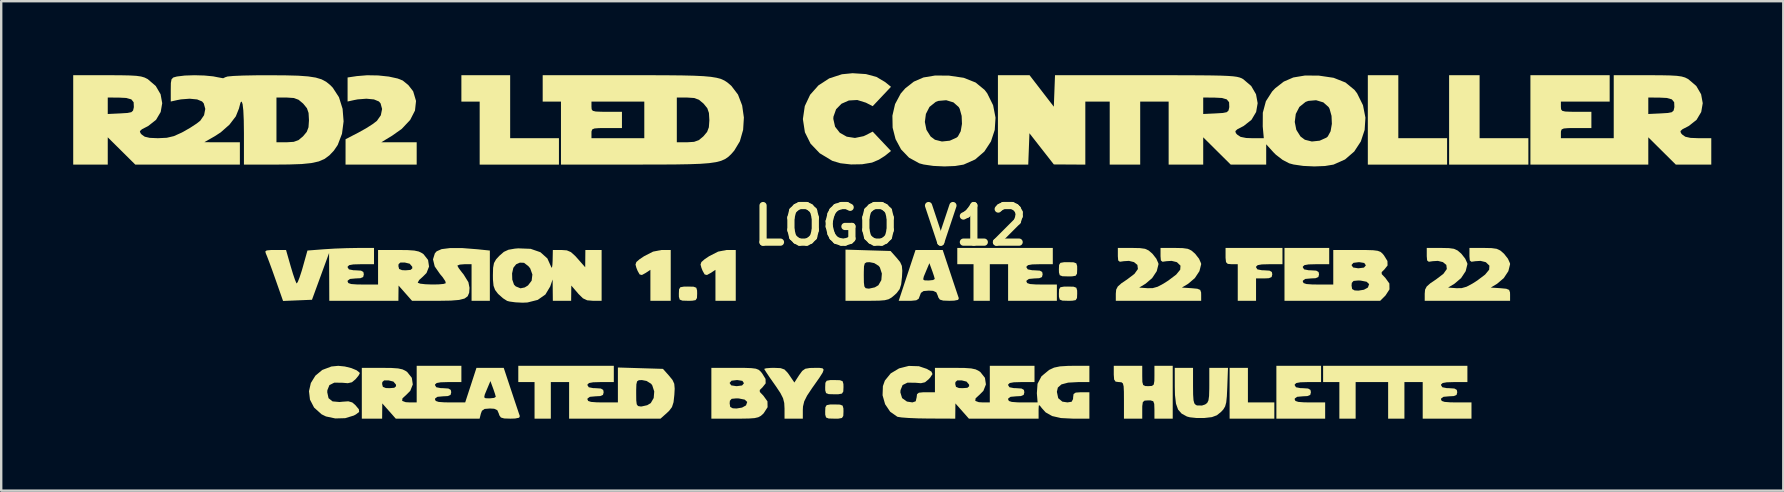
<source format=kicad_pcb>
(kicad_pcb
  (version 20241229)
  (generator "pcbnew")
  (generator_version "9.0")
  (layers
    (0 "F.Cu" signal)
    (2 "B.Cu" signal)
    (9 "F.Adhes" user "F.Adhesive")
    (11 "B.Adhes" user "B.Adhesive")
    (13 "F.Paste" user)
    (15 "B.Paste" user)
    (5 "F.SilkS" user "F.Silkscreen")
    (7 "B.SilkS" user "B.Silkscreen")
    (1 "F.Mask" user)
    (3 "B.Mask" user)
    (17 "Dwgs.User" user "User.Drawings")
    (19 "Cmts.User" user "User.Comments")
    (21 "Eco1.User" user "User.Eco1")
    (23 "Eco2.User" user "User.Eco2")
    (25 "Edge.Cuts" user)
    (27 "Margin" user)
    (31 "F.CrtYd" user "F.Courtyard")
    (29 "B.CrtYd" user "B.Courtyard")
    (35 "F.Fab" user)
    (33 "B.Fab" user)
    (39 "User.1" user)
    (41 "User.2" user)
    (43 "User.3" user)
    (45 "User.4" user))
  (footprint "LOGO V12"
    (layer "F.Cu")
    (at 34.036 6.348)
    (property "Reference" "LOGO V12" (at 0 0 0) (layer "F.SilkS") (effects (font (size 1.524 1.524) (thickness 0.3))))
    (attr board_only exclude_from_pos_files exclude_from_bom)
    (fp_poly (pts (xy 14.901 7.366) (xy 16.002 7.366) (xy 16.002 8.043) (xy 14.139 8.043) (xy 14.139 5.927) (xy 14.901 5.927)) (stroke (width 0) (type solid)) (fill yes) (layer "F.SilkS"))
    (fp_poly (pts (xy 21.167 -3.641) (xy 23.199 -3.641) (xy 23.199 -2.54) (xy 19.897 -2.54) (xy 19.897 -6.265) (xy 21.167 -6.265)) (stroke (width 0) (type solid)) (fill yes) (layer "F.SilkS"))
    (fp_poly (pts (xy 24.553 -3.641) (xy 26.585 -3.641) (xy 26.585 -2.54) (xy 23.283 -2.54) (xy 23.283 -6.265) (xy 24.553 -6.265)) (stroke (width 0) (type solid)) (fill yes) (layer "F.SilkS"))
    (fp_poly (pts (xy -15.833 -3.641) (xy -13.801 -3.641) (xy -13.801 -2.54) (xy -17.103 -2.54) (xy -17.103 -5.165) (xy -17.865 -5.165) (xy -17.865 -6.265) (xy -15.833 -6.265)) (stroke (width 0) (type solid)) (fill yes) (layer "F.SilkS"))
    (fp_poly (pts (xy -9.144 3.133) (xy -9.991 3.133) (xy -9.991 1.843) (xy -10.198 1.979) (xy -10.344 2.058) (xy -10.438 2.036) (xy -10.522 1.89) (xy -10.576 1.754) (xy -10.611 1.622) (xy -10.576 1.518) (xy -10.443 1.402) (xy -10.254 1.276) (xy -9.879 1.084) (xy -9.533 1.017) (xy -9.496 1.016) (xy -9.144 1.016)) (stroke (width 0) (type solid)) (fill yes) (layer "F.SilkS"))
    (fp_poly (pts (xy -8.19 2.546) (xy -8.079 2.589) (xy -8.046 2.704) (xy -8.043 2.836) (xy -8.051 3.018) (xy -8.107 3.105) (xy -8.255 3.131) (xy -8.424 3.133) (xy -8.658 3.126) (xy -8.769 3.083) (xy -8.803 2.968) (xy -8.805 2.836) (xy -8.797 2.654) (xy -8.742 2.568) (xy -8.594 2.542) (xy -8.424 2.54)) (stroke (width 0) (type solid)) (fill yes) (layer "F.SilkS"))
    (fp_poly (pts (xy -6.435 3.133) (xy -7.281 3.133) (xy -7.281 1.843) (xy -7.489 1.979) (xy -7.634 2.058) (xy -7.729 2.036) (xy -7.813 1.89) (xy -7.867 1.754) (xy -7.902 1.622) (xy -7.866 1.518) (xy -7.733 1.402) (xy -7.545 1.276) (xy -7.17 1.084) (xy -6.824 1.017) (xy -6.787 1.016) (xy -6.435 1.016)) (stroke (width 0) (type solid)) (fill yes) (layer "F.SilkS"))
    (fp_poly (pts (xy -2.094 6.441) (xy -1.983 6.484) (xy -1.95 6.599) (xy -1.947 6.731) (xy -1.955 6.913) (xy -2.011 6.999) (xy -2.159 7.026) (xy -2.328 7.027) (xy -2.562 7.021) (xy -2.673 6.978) (xy -2.707 6.863) (xy -2.709 6.731) (xy -2.701 6.549) (xy -2.646 6.463) (xy -2.498 6.436) (xy -2.328 6.435)) (stroke (width 0) (type solid)) (fill yes) (layer "F.SilkS"))
    (fp_poly (pts (xy -2.094 7.457) (xy -1.983 7.5) (xy -1.95 7.615) (xy -1.947 7.747) (xy -1.955 7.929) (xy -2.011 8.015) (xy -2.159 8.042) (xy -2.328 8.043) (xy -2.562 8.037) (xy -2.673 7.994) (xy -2.707 7.879) (xy -2.709 7.747) (xy -2.701 7.565) (xy -2.646 7.479) (xy -2.498 7.452) (xy -2.328 7.451)) (stroke (width 0) (type solid)) (fill yes) (layer "F.SilkS"))
    (fp_poly (pts (xy 7.642 1.53) (xy 7.753 1.573) (xy 7.787 1.688) (xy 7.789 1.82) (xy 7.781 2.002) (xy 7.726 2.089) (xy 7.578 2.115) (xy 7.408 2.117) (xy 7.174 2.11) (xy 7.063 2.067) (xy 7.03 1.952) (xy 7.027 1.82) (xy 7.035 1.638) (xy 7.091 1.552) (xy 7.239 1.526) (xy 7.408 1.524)) (stroke (width 0) (type solid)) (fill yes) (layer "F.SilkS"))
    (fp_poly (pts (xy 7.642 2.546) (xy 7.753 2.589) (xy 7.787 2.704) (xy 7.789 2.836) (xy 7.781 3.018) (xy 7.726 3.105) (xy 7.578 3.131) (xy 7.408 3.133) (xy 7.174 3.126) (xy 7.063 3.083) (xy 7.03 2.968) (xy 7.027 2.836) (xy 7.035 2.654) (xy 7.091 2.568) (xy 7.239 2.542) (xy 7.408 2.54)) (stroke (width 0) (type solid)) (fill yes) (layer "F.SilkS"))
    (fp_poly (pts (xy 16.341 1.609) (xy 15.79 1.609) (xy 15.482 1.617) (xy 15.31 1.647) (xy 15.244 1.707) (xy 15.24 1.736) (xy 15.296 1.824) (xy 15.481 1.86) (xy 15.579 1.863) (xy 15.8 1.877) (xy 15.898 1.934) (xy 15.917 2.032) (xy 15.889 2.143) (xy 15.774 2.192) (xy 15.579 2.201) (xy 15.24 2.201) (xy 15.24 3.133) (xy 14.478 3.133) (xy 14.478 1.609) (xy 14.224 1.609) (xy 14.061 1.595) (xy 13.989 1.523) (xy 13.97 1.343) (xy 13.97 1.27) (xy 13.97 0.931) (xy 16.341 0.931)) (stroke (width 0) (type solid)) (fill yes) (layer "F.SilkS"))
    (fp_poly (pts (xy 17.949 6.519) (xy 17.399 6.519) (xy 17.09 6.528) (xy 16.919 6.558) (xy 16.853 6.618) (xy 16.849 6.646) (xy 16.905 6.735) (xy 17.09 6.771) (xy 17.187 6.773) (xy 17.409 6.788) (xy 17.507 6.845) (xy 17.526 6.943) (xy 17.498 7.053) (xy 17.383 7.102) (xy 17.187 7.112) (xy 16.952 7.133) (xy 16.855 7.202) (xy 16.849 7.239) (xy 16.882 7.306) (xy 17.002 7.345) (xy 17.24 7.363) (xy 17.484 7.366) (xy 18.119 7.366) (xy 18.119 8.043) (xy 16.087 8.043) (xy 16.087 5.842) (xy 17.949 5.842)) (stroke (width 0) (type solid)) (fill yes) (layer "F.SilkS"))
    (fp_poly (pts (xy -21.331 -6.255) (xy -20.888 -6.208) (xy -20.517 -6.127) (xy -20.308 -6.043) (xy -20.072 -5.85) (xy -19.882 -5.605) (xy -19.871 -5.585) (xy -19.754 -5.192) (xy -19.798 -4.793) (xy -19.999 -4.401) (xy -20.349 -4.029) (xy -20.747 -3.747) (xy -21.202 -3.471) (xy -19.727 -3.471) (xy -19.727 -2.54) (xy -22.691 -2.54) (xy -22.69 -3.598) (xy -22.145 -3.88) (xy -21.837 -4.052) (xy -21.562 -4.227) (xy -21.384 -4.363) (xy -21.221 -4.596) (xy -21.168 -4.858) (xy -21.231 -5.09) (xy -21.302 -5.172) (xy -21.507 -5.256) (xy -21.82 -5.286) (xy -22.185 -5.258) (xy -22.331 -5.23) (xy -22.606 -5.169) (xy -22.606 -6.17) (xy -22.218 -6.228) (xy -21.792 -6.263)) (stroke (width 0) (type solid)) (fill yes) (layer "F.SilkS"))
    (fp_poly (pts (xy 6.773 1.609) (xy 6.223 1.609) (xy 5.914 1.617) (xy 5.743 1.647) (xy 5.677 1.707) (xy 5.673 1.736) (xy 5.729 1.824) (xy 5.914 1.86) (xy 6.011 1.863) (xy 6.233 1.877) (xy 6.331 1.934) (xy 6.35 2.032) (xy 6.322 2.143) (xy 6.207 2.192) (xy 6.011 2.201) (xy 5.776 2.222) (xy 5.679 2.292) (xy 5.673 2.328) (xy 5.706 2.395) (xy 5.826 2.435) (xy 6.064 2.452) (xy 6.308 2.455) (xy 6.943 2.455) (xy 6.943 3.133) (xy 4.911 3.133) (xy 4.911 1.609) (xy 4.149 1.609) (xy 4.149 3.133) (xy 3.471 3.133) (xy 3.471 1.609) (xy 2.794 1.609) (xy 2.794 0.931) (xy 6.773 0.931)) (stroke (width 0) (type solid)) (fill yes) (layer "F.SilkS"))
    (fp_poly (pts (xy 12.615 6.683) (xy 12.619 7.047) (xy 12.635 7.277) (xy 12.67 7.407) (xy 12.731 7.471) (xy 12.781 7.492) (xy 12.988 7.496) (xy 13.12 7.452) (xy 13.205 7.388) (xy 13.257 7.283) (xy 13.283 7.099) (xy 13.292 6.797) (xy 13.293 6.643) (xy 13.293 5.927) (xy 14.071 5.927) (xy 14.042 6.729) (xy 14.024 7.111) (xy 13.998 7.365) (xy 13.952 7.534) (xy 13.877 7.659) (xy 13.783 7.761) (xy 13.608 7.902) (xy 13.401 7.979) (xy 13.097 8.014) (xy 13.064 8.016) (xy 12.753 8.015) (xy 12.482 7.986) (xy 12.361 7.954) (xy 12.14 7.833) (xy 11.993 7.666) (xy 11.905 7.42) (xy 11.863 7.062) (xy 11.855 6.71) (xy 11.853 5.927) (xy 12.615 5.927)) (stroke (width 0) (type solid)) (fill yes) (layer "F.SilkS"))
    (fp_poly (pts (xy -4.567 5.938) (xy -4.405 5.995) (xy -4.273 6.131) (xy -4.201 6.232) (xy -3.993 6.538) (xy -3.796 6.233) (xy -3.666 6.054) (xy -3.538 5.964) (xy -3.347 5.932) (xy -3.151 5.928) (xy -2.943 5.928) (xy -2.817 5.946) (xy -2.773 6.005) (xy -2.816 6.127) (xy -2.949 6.336) (xy -3.173 6.655) (xy -3.254 6.769) (xy -3.463 7.083) (xy -3.583 7.323) (xy -3.634 7.538) (xy -3.641 7.679) (xy -3.641 8.043) (xy -4.403 8.043) (xy -4.403 7.62) (xy -4.415 7.391) (xy -4.464 7.194) (xy -4.573 6.979) (xy -4.761 6.696) (xy -4.826 6.604) (xy -5.017 6.332) (xy -5.163 6.114) (xy -5.242 5.987) (xy -5.249 5.969) (xy -5.173 5.945) (xy -4.979 5.929) (xy -4.829 5.927)) (stroke (width 0) (type solid)) (fill yes) (layer "F.SilkS"))
    (fp_poly (pts (xy 10.499 6.265) (xy 10.504 6.516) (xy 10.538 6.641) (xy 10.627 6.684) (xy 10.753 6.689) (xy 10.903 6.679) (xy 10.978 6.623) (xy 11.004 6.474) (xy 11.007 6.265) (xy 11.007 5.842) (xy 11.769 5.842) (xy 11.769 8.043) (xy 11.007 8.043) (xy 11.007 7.662) (xy 10.999 7.428) (xy 10.957 7.317) (xy 10.848 7.283) (xy 10.753 7.281) (xy 10.596 7.292) (xy 10.523 7.356) (xy 10.5 7.519) (xy 10.499 7.662) (xy 10.499 8.043) (xy 9.737 8.043) (xy 9.737 7.281) (xy 9.735 6.921) (xy 9.724 6.697) (xy 9.694 6.577) (xy 9.637 6.529) (xy 9.544 6.519) (xy 9.525 6.519) (xy 9.389 6.501) (xy 9.328 6.414) (xy 9.313 6.21) (xy 9.313 6.181) (xy 9.313 5.842) (xy 10.499 5.842)) (stroke (width 0) (type solid)) (fill yes) (layer "F.SilkS"))
    (fp_poly (pts (xy 24.045 6.519) (xy 23.495 6.519) (xy 23.186 6.528) (xy 23.015 6.558) (xy 22.949 6.618) (xy 22.945 6.646) (xy 23.001 6.735) (xy 23.186 6.771) (xy 23.283 6.773) (xy 23.505 6.788) (xy 23.603 6.845) (xy 23.622 6.943) (xy 23.594 7.053) (xy 23.479 7.102) (xy 23.283 7.112) (xy 23.048 7.133) (xy 22.951 7.202) (xy 22.945 7.239) (xy 22.978 7.306) (xy 23.098 7.345) (xy 23.336 7.363) (xy 23.58 7.366) (xy 24.215 7.366) (xy 24.215 8.043) (xy 22.183 8.043) (xy 22.183 6.519) (xy 21.421 6.519) (xy 21.421 8.043) (xy 20.743 8.043) (xy 20.743 6.519) (xy 19.389 6.519) (xy 19.389 8.043) (xy 18.711 8.043) (xy 18.711 6.519) (xy 18.034 6.519) (xy 18.034 5.842) (xy 24.045 5.842)) (stroke (width 0) (type solid)) (fill yes) (layer "F.SilkS"))
    (fp_poly (pts (xy -22.723 5.869) (xy -22.451 5.936) (xy -22.229 6.028) (xy -22.107 6.125) (xy -22.098 6.156) (xy -22.15 6.251) (xy -22.276 6.402) (xy -22.279 6.405) (xy -22.426 6.527) (xy -22.596 6.566) (xy -22.828 6.547) (xy -23.159 6.543) (xy -23.362 6.644) (xy -23.448 6.857) (xy -23.453 6.943) (xy -23.399 7.19) (xy -23.232 7.324) (xy -22.941 7.35) (xy -22.828 7.338) (xy -22.574 7.32) (xy -22.41 7.368) (xy -22.279 7.481) (xy -22.136 7.653) (xy -22.125 7.763) (xy -22.257 7.865) (xy -22.348 7.914) (xy -22.706 8.023) (xy -23.118 8.034) (xy -23.507 7.951) (xy -23.689 7.862) (xy -24.001 7.581) (xy -24.173 7.25) (xy -24.214 6.899) (xy -24.136 6.557) (xy -23.947 6.252) (xy -23.659 6.013) (xy -23.28 5.87) (xy -22.994 5.842)) (stroke (width 0) (type solid)) (fill yes) (layer "F.SilkS"))
    (fp_poly (pts (xy -1.011 -6.312) (xy -0.574 -6.194) (xy -0.221 -5.985) (xy -0.217 -5.982) (xy 0.032 -5.782) (xy -0.73 -4.975) (xy -1.014 -5.121) (xy -1.373 -5.232) (xy -1.723 -5.212) (xy -2.029 -5.077) (xy -2.255 -4.847) (xy -2.365 -4.538) (xy -2.371 -4.445) (xy -2.297 -4.118) (xy -2.098 -3.865) (xy -1.811 -3.704) (xy -1.469 -3.651) (xy -1.109 -3.725) (xy -1.014 -3.769) (xy -0.73 -3.915) (xy 0.032 -3.108) (xy -0.217 -2.908) (xy -0.476 -2.744) (xy -0.755 -2.626) (xy -0.762 -2.624) (xy -1.171 -2.555) (xy -1.632 -2.547) (xy -2.073 -2.597) (xy -2.413 -2.698) (xy -2.936 -3.013) (xy -3.318 -3.412) (xy -3.554 -3.887) (xy -3.637 -4.429) (xy -3.637 -4.445) (xy -3.559 -4.979) (xy -3.337 -5.45) (xy -2.991 -5.84) (xy -2.542 -6.132) (xy -2.01 -6.305) (xy -1.566 -6.348)) (stroke (width 0) (type solid)) (fill yes) (layer "F.SilkS"))
    (fp_poly (pts (xy -0.924 1.03) (xy 0.014 1.058) (xy 0.27 1.345) (xy 0.414 1.522) (xy 0.485 1.679) (xy 0.503 1.884) (xy 0.49 2.141) (xy 0.456 2.447) (xy 0.392 2.648) (xy 0.271 2.808) (xy 0.183 2.891) (xy 0.054 2.999) (xy -0.07 3.069) (xy -0.228 3.109) (xy -0.46 3.127) (xy -0.807 3.132) (xy -0.975 3.133) (xy -1.863 3.133) (xy -1.863 2.074) (xy -1.101 2.074) (xy -1.097 2.37) (xy -1.077 2.535) (xy -1.024 2.607) (xy -0.922 2.624) (xy -0.875 2.625) (xy -0.641 2.573) (xy -0.493 2.485) (xy -0.37 2.272) (xy -0.348 1.999) (xy -0.43 1.745) (xy -0.479 1.679) (xy -0.667 1.562) (xy -0.86 1.524) (xy -0.989 1.531) (xy -1.061 1.576) (xy -1.093 1.699) (xy -1.1 1.938) (xy -1.101 2.074) (xy -1.863 2.074) (xy -1.863 1.001)) (stroke (width 0) (type solid)) (fill yes) (layer "F.SilkS"))
    (fp_poly (pts (xy 2.503 1.968) (xy 2.63 2.351) (xy 2.74 2.68) (xy 2.82 2.917) (xy 2.858 3.027) (xy 2.828 3.094) (xy 2.661 3.127) (xy 2.466 3.133) (xy 2.207 3.124) (xy 2.069 3.084) (xy 2.003 2.991) (xy 1.982 2.921) (xy 1.919 2.779) (xy 1.789 2.719) (xy 1.609 2.709) (xy 1.389 2.727) (xy 1.28 2.803) (xy 1.235 2.921) (xy 1.185 3.049) (xy 1.084 3.112) (xy 0.883 3.132) (xy 0.768 3.133) (xy 0.354 3.133) (xy 0.648 2.243) (xy 1.373 2.243) (xy 1.433 2.282) (xy 1.591 2.286) (xy 1.609 2.286) (xy 1.785 2.268) (xy 1.856 2.224) (xy 1.856 2.223) (xy 1.825 2.108) (xy 1.757 1.906) (xy 1.741 1.863) (xy 1.632 1.566) (xy 1.494 1.894) (xy 1.397 2.127) (xy 1.373 2.243) (xy 0.648 2.243) (xy 1.054 1.016) (xy 2.187 1.016)) (stroke (width 0) (type solid)) (fill yes) (layer "F.SilkS"))
    (fp_poly (pts (xy 2.439 -6.249) (xy 3.062 -6.157) (xy 3.556 -5.961) (xy 3.929 -5.656) (xy 4.04 -5.512) (xy 4.286 -5.015) (xy 4.387 -4.497) (xy 4.354 -3.984) (xy 4.196 -3.504) (xy 3.921 -3.085) (xy 3.539 -2.755) (xy 3.058 -2.541) (xy 3.058 -2.541) (xy 2.702 -2.482) (xy 2.258 -2.465) (xy 1.798 -2.486) (xy 1.392 -2.545) (xy 1.211 -2.594) (xy 0.784 -2.829) (xy 0.452 -3.175) (xy 0.222 -3.603) (xy 0.1 -4.08) (xy 0.096 -4.317) (xy 1.443 -4.317) (xy 1.509 -3.989) (xy 1.684 -3.711) (xy 1.864 -3.576) (xy 2.155 -3.503) (xy 2.482 -3.537) (xy 2.762 -3.664) (xy 2.82 -3.713) (xy 2.937 -3.93) (xy 2.989 -4.237) (xy 2.976 -4.57) (xy 2.895 -4.863) (xy 2.853 -4.939) (xy 2.633 -5.133) (xy 2.332 -5.223) (xy 2.008 -5.195) (xy 1.894 -5.152) (xy 1.636 -4.944) (xy 1.486 -4.651) (xy 1.443 -4.317) (xy 0.096 -4.317) (xy 0.091 -4.577) (xy 0.202 -5.061) (xy 0.438 -5.502) (xy 0.63 -5.721) (xy 0.985 -5.998) (xy 1.384 -6.171) (xy 1.864 -6.251)) (stroke (width 0) (type solid)) (fill yes) (layer "F.SilkS"))
    (fp_poly (pts (xy -6.065 5.928) (xy -5.782 5.938) (xy -5.599 5.961) (xy -5.483 6.006) (xy -5.399 6.079) (xy -5.34 6.15) (xy -5.194 6.387) (xy -5.189 6.572) (xy -5.326 6.744) (xy -5.33 6.747) (xy -5.435 6.85) (xy -5.431 6.933) (xy -5.311 7.059) (xy -5.288 7.081) (xy -5.114 7.322) (xy -5.109 7.567) (xy -5.273 7.82) (xy -5.288 7.836) (xy -5.387 7.925) (xy -5.496 7.984) (xy -5.65 8.02) (xy -5.883 8.037) (xy -6.232 8.043) (xy -6.473 8.043) (xy -7.451 8.043) (xy -7.451 7.408) (xy -6.689 7.408) (xy -6.665 7.553) (xy -6.562 7.611) (xy -6.403 7.62) (xy -6.173 7.582) (xy -6.01 7.492) (xy -6.006 7.487) (xy -5.957 7.347) (xy -6.062 7.25) (xy -6.309 7.201) (xy -6.413 7.198) (xy -6.605 7.216) (xy -6.679 7.297) (xy -6.689 7.408) (xy -7.451 7.408) (xy -7.451 6.562) (xy -6.689 6.562) (xy -6.624 6.656) (xy -6.419 6.688) (xy -6.392 6.689) (xy -6.173 6.661) (xy -6.097 6.573) (xy -6.096 6.562) (xy -6.16 6.468) (xy -6.365 6.435) (xy -6.392 6.435) (xy -6.612 6.462) (xy -6.688 6.55) (xy -6.689 6.562) (xy -7.451 6.562) (xy -7.451 5.927) (xy -6.483 5.927)) (stroke (width 0) (type solid)) (fill yes) (layer "F.SilkS"))
    (fp_poly (pts (xy -11.515 6.519) (xy -12.065 6.519) (xy -12.374 6.528) (xy -12.545 6.558) (xy -12.611 6.618) (xy -12.615 6.646) (xy -12.559 6.735) (xy -12.374 6.771) (xy -12.277 6.773) (xy -12.055 6.788) (xy -11.957 6.845) (xy -11.938 6.943) (xy -11.966 7.053) (xy -12.081 7.102) (xy -12.277 7.112) (xy -12.512 7.133) (xy -12.609 7.202) (xy -12.615 7.239) (xy -12.582 7.306) (xy -12.462 7.345) (xy -12.224 7.363) (xy -11.98 7.366) (xy -11.345 7.366) (xy -11.345 6.985) (xy -10.583 6.985) (xy -10.58 7.281) (xy -10.56 7.445) (xy -10.506 7.517) (xy -10.404 7.535) (xy -10.357 7.535) (xy -10.124 7.483) (xy -9.976 7.395) (xy -9.853 7.182) (xy -9.831 6.91) (xy -9.913 6.656) (xy -9.961 6.59) (xy -10.149 6.473) (xy -10.342 6.435) (xy -10.472 6.441) (xy -10.544 6.487) (xy -10.575 6.61) (xy -10.583 6.849) (xy -10.583 6.985) (xy -11.345 6.985) (xy -11.345 5.912) (xy -9.468 5.969) (xy -9.212 6.256) (xy -9.069 6.432) (xy -8.997 6.59) (xy -8.979 6.795) (xy -8.993 7.052) (xy -9.027 7.358) (xy -9.091 7.558) (xy -9.211 7.718) (xy -9.3 7.802) (xy -9.57 8.043) (xy -13.377 8.043) (xy -13.377 6.519) (xy -14.139 6.519) (xy -14.139 8.043) (xy -14.817 8.043) (xy -14.817 6.519) (xy -15.494 6.519) (xy -15.494 5.842) (xy -11.515 5.842)) (stroke (width 0) (type solid)) (fill yes) (layer "F.SilkS"))
    (fp_poly (pts (xy 29.972 -5.165) (xy 27.94 -5.165) (xy 27.94 -4.953) (xy 27.948 -4.845) (xy 27.995 -4.782) (xy 28.118 -4.752) (xy 28.352 -4.742) (xy 28.575 -4.741) (xy 29.21 -4.741) (xy 29.21 -4.064) (xy 28.575 -4.064) (xy 28.252 -4.061) (xy 28.063 -4.046) (xy 27.971 -4.005) (xy 27.942 -3.927) (xy 27.94 -3.852) (xy 27.94 -3.641) (xy 30.141 -3.641) (xy 30.141 -5.334) (xy 31.581 -5.334) (xy 31.581 -4.649) (xy 32.11 -4.674) (xy 32.399 -4.692) (xy 32.56 -4.724) (xy 32.635 -4.791) (xy 32.663 -4.911) (xy 32.667 -4.944) (xy 32.659 -5.139) (xy 32.562 -5.258) (xy 32.35 -5.317) (xy 32.025 -5.333) (xy 31.581 -5.334) (xy 30.141 -5.334) (xy 30.141 -6.265) (xy 31.559 -6.265) (xy 32.094 -6.263) (xy 32.487 -6.255) (xy 32.769 -6.239) (xy 32.968 -6.211) (xy 33.113 -6.169) (xy 33.232 -6.109) (xy 33.248 -6.1) (xy 33.581 -5.815) (xy 33.781 -5.471) (xy 33.849 -5.099) (xy 33.786 -4.732) (xy 33.591 -4.405) (xy 33.266 -4.149) (xy 33.22 -4.125) (xy 33.005 -4.014) (xy 32.92 -3.936) (xy 32.94 -3.856) (xy 32.992 -3.794) (xy 33.123 -3.702) (xy 33.334 -3.654) (xy 33.667 -3.641) (xy 34.205 -3.641) (xy 34.205 -2.54) (xy 32.728 -2.54) (xy 32.154 -3.109) (xy 31.581 -3.678) (xy 31.581 -2.54) (xy 26.67 -2.54) (xy 26.67 -6.265) (xy 29.972 -6.265)) (stroke (width 0) (type solid)) (fill yes) (layer "F.SilkS"))
    (fp_poly (pts (xy -14.98 0.968) (xy -14.573 1.109) (xy -14.283 1.368) (xy -14.117 1.736) (xy -14.092 1.756) (xy -14.073 1.635) (xy -14.064 1.46) (xy -14.055 1.016) (xy -13.697 1.016) (xy -13.472 1.032) (xy -13.302 1.104) (xy -13.124 1.264) (xy -13.023 1.376) (xy -12.707 1.736) (xy -12.7 1.016) (xy -12.023 1.016) (xy -12.023 3.133) (xy -12.383 3.133) (xy -12.624 3.113) (xy -12.801 3.03) (xy -12.987 2.847) (xy -13.014 2.815) (xy -13.286 2.498) (xy -13.289 2.815) (xy -13.293 3.133) (xy -14.055 3.133) (xy -14.064 2.244) (xy -14.165 2.537) (xy -14.364 2.87) (xy -14.684 3.095) (xy -15.112 3.203) (xy -15.316 3.212) (xy -15.613 3.197) (xy -15.861 3.163) (xy -15.96 3.137) (xy -16.132 3.027) (xy -16.325 2.855) (xy -16.341 2.839) (xy -16.461 2.682) (xy -16.526 2.505) (xy -16.55 2.249) (xy -16.552 2.069) (xy -16.55 1.993) (xy -15.753 1.993) (xy -15.745 2.25) (xy -15.673 2.459) (xy -15.6 2.533) (xy -15.403 2.613) (xy -15.227 2.577) (xy -15.09 2.493) (xy -14.938 2.295) (xy -14.907 2.038) (xy -14.998 1.783) (xy -15.071 1.693) (xy -15.254 1.551) (xy -15.428 1.543) (xy -15.584 1.612) (xy -15.7 1.757) (xy -15.753 1.993) (xy -16.55 1.993) (xy -16.544 1.761) (xy -16.507 1.561) (xy -16.42 1.407) (xy -16.281 1.256) (xy -16.096 1.095) (xy -15.904 1.006) (xy -15.638 0.96) (xy -15.498 0.948)) (stroke (width 0) (type solid)) (fill yes) (layer "F.SilkS"))
    (fp_poly (pts (xy 10.406 0.938) (xy 10.616 0.967) (xy 10.765 1.036) (xy 10.909 1.159) (xy 10.929 1.179) (xy 11.087 1.38) (xy 11.171 1.571) (xy 11.176 1.61) (xy 11.103 1.899) (xy 10.911 2.189) (xy 10.639 2.42) (xy 10.635 2.423) (xy 10.372 2.582) (xy 10.719 2.608) (xy 10.935 2.605) (xy 11.141 2.547) (xy 11.39 2.414) (xy 11.587 2.288) (xy 11.914 2.041) (xy 12.081 1.837) (xy 12.093 1.669) (xy 11.951 1.532) (xy 11.933 1.521) (xy 11.723 1.47) (xy 11.51 1.483) (xy 11.344 1.507) (xy 11.275 1.452) (xy 11.261 1.277) (xy 11.261 1.234) (xy 11.261 0.931) (xy 11.86 0.931) (xy 12.184 0.938) (xy 12.394 0.967) (xy 12.543 1.036) (xy 12.687 1.159) (xy 12.707 1.179) (xy 12.865 1.38) (xy 12.949 1.571) (xy 12.954 1.61) (xy 12.881 1.899) (xy 12.689 2.189) (xy 12.417 2.42) (xy 12.413 2.423) (xy 12.15 2.582) (xy 12.552 2.608) (xy 12.795 2.631) (xy 12.913 2.679) (xy 12.951 2.783) (xy 12.954 2.883) (xy 12.954 3.133) (xy 9.398 3.133) (xy 9.398 2.839) (xy 9.413 2.668) (xy 9.481 2.537) (xy 9.634 2.401) (xy 9.864 2.247) (xy 10.174 2.012) (xy 10.319 1.809) (xy 10.297 1.638) (xy 10.155 1.521) (xy 9.945 1.47) (xy 9.732 1.483) (xy 9.566 1.507) (xy 9.497 1.452) (xy 9.483 1.277) (xy 9.483 1.234) (xy 9.483 0.931) (xy 10.082 0.931)) (stroke (width 0) (type solid)) (fill yes) (layer "F.SilkS"))
    (fp_poly (pts (xy 23.276 0.938) (xy 23.485 0.967) (xy 23.635 1.036) (xy 23.778 1.159) (xy 23.798 1.179) (xy 23.956 1.38) (xy 24.041 1.571) (xy 24.045 1.61) (xy 23.973 1.899) (xy 23.781 2.189) (xy 23.509 2.42) (xy 23.505 2.423) (xy 23.241 2.582) (xy 23.588 2.608) (xy 23.805 2.605) (xy 24.01 2.547) (xy 24.259 2.414) (xy 24.456 2.288) (xy 24.783 2.041) (xy 24.951 1.837) (xy 24.962 1.669) (xy 24.821 1.532) (xy 24.802 1.521) (xy 24.592 1.47) (xy 24.379 1.483) (xy 24.214 1.507) (xy 24.145 1.452) (xy 24.13 1.277) (xy 24.13 1.234) (xy 24.13 0.931) (xy 24.729 0.931) (xy 25.054 0.938) (xy 25.263 0.967) (xy 25.413 1.036) (xy 25.556 1.159) (xy 25.576 1.179) (xy 25.734 1.38) (xy 25.819 1.571) (xy 25.823 1.61) (xy 25.751 1.899) (xy 25.559 2.189) (xy 25.287 2.42) (xy 25.283 2.423) (xy 25.019 2.582) (xy 25.421 2.608) (xy 25.664 2.631) (xy 25.782 2.679) (xy 25.82 2.783) (xy 25.823 2.883) (xy 25.823 3.133) (xy 22.267 3.133) (xy 22.267 2.839) (xy 22.282 2.668) (xy 22.35 2.537) (xy 22.503 2.401) (xy 22.733 2.247) (xy 23.043 2.012) (xy 23.188 1.809) (xy 23.167 1.638) (xy 23.024 1.521) (xy 22.814 1.47) (xy 22.601 1.483) (xy 22.436 1.507) (xy 22.367 1.452) (xy 22.352 1.277) (xy 22.352 1.234) (xy 22.352 0.931) (xy 22.951 0.931)) (stroke (width 0) (type solid)) (fill yes) (layer "F.SilkS"))
    (fp_poly (pts (xy -10.052 -6.265) (xy -9.295 -6.262) (xy -8.675 -6.256) (xy -8.175 -6.244) (xy -7.78 -6.225) (xy -7.471 -6.197) (xy -7.234 -6.158) (xy -7.051 -6.108) (xy -6.907 -6.043) (xy -6.785 -5.963) (xy -6.668 -5.865) (xy -6.615 -5.817) (xy -6.342 -5.458) (xy -6.168 -5.005) (xy -6.096 -4.5) (xy -6.128 -3.987) (xy -6.265 -3.509) (xy -6.498 -3.123) (xy -6.621 -2.982) (xy -6.742 -2.866) (xy -6.877 -2.772) (xy -7.044 -2.699) (xy -7.26 -2.643) (xy -7.542 -2.602) (xy -7.907 -2.574) (xy -8.373 -2.557) (xy -8.956 -2.547) (xy -9.674 -2.543) (xy -10.543 -2.542) (xy -10.562 -2.542) (xy -13.716 -2.54) (xy -13.716 -3.471) (xy -8.89 -3.471) (xy -8.46 -3.471) (xy -8.172 -3.489) (xy -7.974 -3.56) (xy -7.788 -3.713) (xy -7.783 -3.719) (xy -7.628 -3.903) (xy -7.555 -4.096) (xy -7.535 -4.375) (xy -7.535 -4.403) (xy -7.552 -4.692) (xy -7.62 -4.889) (xy -7.767 -5.071) (xy -7.783 -5.087) (xy -7.969 -5.242) (xy -8.166 -5.315) (xy -8.451 -5.334) (xy -8.46 -5.334) (xy -8.89 -5.334) (xy -8.89 -3.471) (xy -13.716 -3.471) (xy -13.716 -3.641) (xy -12.446 -3.641) (xy -10.245 -3.641) (xy -10.245 -5.165) (xy -12.446 -5.165) (xy -12.446 -4.953) (xy -12.438 -4.845) (xy -12.391 -4.782) (xy -12.268 -4.752) (xy -12.034 -4.742) (xy -11.811 -4.741) (xy -11.176 -4.741) (xy -11.176 -4.064) (xy -11.811 -4.064) (xy -12.134 -4.061) (xy -12.323 -4.046) (xy -12.415 -4.005) (xy -12.444 -3.927) (xy -12.446 -3.852) (xy -12.446 -3.641) (xy -13.716 -3.641) (xy -13.716 -5.165) (xy -14.478 -5.165) (xy -14.478 -6.265) (xy -10.962 -6.265)) (stroke (width 0) (type solid)) (fill yes) (layer "F.SilkS"))
    (fp_poly (pts (xy 18.288 1.609) (xy 17.738 1.609) (xy 17.429 1.617) (xy 17.257 1.647) (xy 17.191 1.707) (xy 17.187 1.736) (xy 17.243 1.824) (xy 17.429 1.86) (xy 17.526 1.863) (xy 17.748 1.877) (xy 17.845 1.934) (xy 17.865 2.032) (xy 17.836 2.143) (xy 17.721 2.192) (xy 17.526 2.201) (xy 17.291 2.222) (xy 17.193 2.292) (xy 17.187 2.328) (xy 17.221 2.395) (xy 17.341 2.435) (xy 17.579 2.452) (xy 17.822 2.455) (xy 18.457 2.455) (xy 18.457 1.651) (xy 19.219 1.651) (xy 19.284 1.745) (xy 19.489 1.778) (xy 19.516 1.778) (xy 19.735 1.75) (xy 19.811 1.663) (xy 19.812 1.651) (xy 19.748 1.557) (xy 19.543 1.524) (xy 19.516 1.524) (xy 19.296 1.552) (xy 19.22 1.639) (xy 19.219 1.651) (xy 18.457 1.651) (xy 18.457 1.016) (xy 19.425 1.016) (xy 19.843 1.018) (xy 20.126 1.027) (xy 20.309 1.051) (xy 20.425 1.095) (xy 20.509 1.168) (xy 20.568 1.239) (xy 20.714 1.476) (xy 20.719 1.661) (xy 20.582 1.833) (xy 20.578 1.836) (xy 20.473 1.939) (xy 20.477 2.022) (xy 20.597 2.149) (xy 20.62 2.17) (xy 20.794 2.411) (xy 20.799 2.656) (xy 20.635 2.909) (xy 20.62 2.925) (xy 20.412 3.133) (xy 16.425 3.133) (xy 16.425 2.498) (xy 19.219 2.498) (xy 19.243 2.643) (xy 19.346 2.701) (xy 19.505 2.709) (xy 19.735 2.672) (xy 19.898 2.581) (xy 19.902 2.576) (xy 19.951 2.437) (xy 19.846 2.339) (xy 19.599 2.291) (xy 19.494 2.287) (xy 19.303 2.305) (xy 19.229 2.387) (xy 19.219 2.498) (xy 16.425 2.498) (xy 16.425 0.931) (xy 18.288 0.931)) (stroke (width 0) (type solid)) (fill yes) (layer "F.SilkS"))
    (fp_poly (pts (xy -17.865 6.519) (xy -18.415 6.519) (xy -18.724 6.528) (xy -18.895 6.558) (xy -18.961 6.618) (xy -18.965 6.646) (xy -18.909 6.735) (xy -18.724 6.771) (xy -18.627 6.773) (xy -18.405 6.788) (xy -18.307 6.845) (xy -18.288 6.943) (xy -18.316 7.053) (xy -18.431 7.102) (xy -18.627 7.112) (xy -18.862 7.133) (xy -18.959 7.202) (xy -18.965 7.239) (xy -18.932 7.306) (xy -18.811 7.346) (xy -18.572 7.363) (xy -18.336 7.366) (xy -17.706 7.366) (xy -17.637 7.154) (xy -16.915 7.154) (xy -16.855 7.193) (xy -16.697 7.197) (xy -16.679 7.197) (xy -16.503 7.178) (xy -16.432 7.134) (xy -16.432 7.133) (xy -16.463 7.018) (xy -16.531 6.816) (xy -16.547 6.773) (xy -16.656 6.477) (xy -16.794 6.805) (xy -16.891 7.038) (xy -16.915 7.154) (xy -17.637 7.154) (xy -17.471 6.646) (xy -17.237 5.927) (xy -16.101 5.927) (xy -15.785 6.879) (xy -15.658 7.262) (xy -15.548 7.59) (xy -15.468 7.828) (xy -15.43 7.938) (xy -15.46 8.004) (xy -15.627 8.037) (xy -15.822 8.043) (xy -16.081 8.035) (xy -16.219 7.995) (xy -16.285 7.902) (xy -16.306 7.832) (xy -16.369 7.69) (xy -16.499 7.63) (xy -16.679 7.62) (xy -16.899 7.638) (xy -17.008 7.714) (xy -17.053 7.832) (xy -17.106 8.043) (xy -20.598 8.043) (xy -21.16 7.408) (xy -21.167 8.043) (xy -22.013 8.043) (xy -22.013 6.599) (xy -21.167 6.599) (xy -21.136 6.718) (xy -21.014 6.767) (xy -20.864 6.773) (xy -20.661 6.757) (xy -20.588 6.693) (xy -20.59 6.625) (xy -20.696 6.499) (xy -20.892 6.45) (xy -21.083 6.45) (xy -21.158 6.516) (xy -21.167 6.599) (xy -22.013 6.599) (xy -22.013 5.927) (xy -21.178 5.927) (xy -20.776 5.931) (xy -20.503 5.95) (xy -20.318 5.99) (xy -20.181 6.058) (xy -20.12 6.102) (xy -19.93 6.342) (xy -19.889 6.618) (xy -19.995 6.885) (xy -20.147 7.038) (xy -20.32 7.198) (xy -20.332 7.303) (xy -20.184 7.357) (xy -20.019 7.366) (xy -19.727 7.366) (xy -19.727 5.842) (xy -17.865 5.842)) (stroke (width 0) (type solid)) (fill yes) (layer "F.SilkS"))
    (fp_poly (pts (xy 6.816 -4.953) (xy 6.83 -5.334) (xy 13.039 -5.334) (xy 13.039 -4.649) (xy 13.568 -4.674) (xy 13.857 -4.692) (xy 14.018 -4.724) (xy 14.092 -4.791) (xy 14.121 -4.911) (xy 14.125 -4.944) (xy 14.117 -5.139) (xy 14.02 -5.258) (xy 13.808 -5.317) (xy 13.483 -5.333) (xy 13.039 -5.334) (xy 6.83 -5.334) (xy 6.865 -6.265) (xy 10.65 -6.265) (xy 11.552 -6.265) (xy 12.3 -6.263) (xy 12.91 -6.26) (xy 13.398 -6.255) (xy 13.779 -6.247) (xy 14.069 -6.235) (xy 14.285 -6.219) (xy 14.44 -6.198) (xy 14.552 -6.171) (xy 14.636 -6.139) (xy 14.706 -6.1) (xy 15.039 -5.815) (xy 15.239 -5.471) (xy 15.307 -5.099) (xy 15.244 -4.732) (xy 15.049 -4.405) (xy 14.724 -4.149) (xy 14.678 -4.125) (xy 14.463 -4.014) (xy 14.378 -3.936) (xy 14.398 -3.856) (xy 14.45 -3.794) (xy 14.596 -3.696) (xy 14.832 -3.649) (xy 15.076 -3.641) (xy 15.563 -3.641) (xy 15.519 -4.128) (xy 15.52 -4.317) (xy 16.853 -4.317) (xy 16.918 -3.989) (xy 17.093 -3.711) (xy 17.274 -3.576) (xy 17.565 -3.503) (xy 17.891 -3.537) (xy 18.172 -3.664) (xy 18.229 -3.713) (xy 18.346 -3.93) (xy 18.399 -4.237) (xy 18.385 -4.57) (xy 18.304 -4.863) (xy 18.262 -4.939) (xy 18.043 -5.133) (xy 17.741 -5.223) (xy 17.418 -5.195) (xy 17.303 -5.152) (xy 17.046 -4.944) (xy 16.895 -4.651) (xy 16.853 -4.317) (xy 15.52 -4.317) (xy 15.522 -4.702) (xy 15.65 -5.18) (xy 15.911 -5.588) (xy 16.038 -5.721) (xy 16.394 -5.998) (xy 16.793 -6.171) (xy 17.274 -6.251) (xy 17.849 -6.249) (xy 18.471 -6.157) (xy 18.966 -5.961) (xy 19.338 -5.656) (xy 19.449 -5.512) (xy 19.695 -5.015) (xy 19.797 -4.497) (xy 19.764 -3.984) (xy 19.605 -3.504) (xy 19.33 -3.085) (xy 18.948 -2.755) (xy 18.467 -2.541) (xy 18.467 -2.541) (xy 18.111 -2.482) (xy 17.667 -2.465) (xy 17.207 -2.486) (xy 16.801 -2.545) (xy 16.621 -2.594) (xy 16.347 -2.737) (xy 16.067 -2.952) (xy 15.965 -3.054) (xy 15.663 -3.387) (xy 15.663 -2.54) (xy 14.186 -2.54) (xy 13.612 -3.109) (xy 13.039 -3.678) (xy 13.039 -2.54) (xy 11.599 -2.54) (xy 11.599 -5.165) (xy 10.414 -5.165) (xy 10.414 -2.54) (xy 9.144 -2.54) (xy 9.144 -5.165) (xy 8.128 -5.165) (xy 8.128 -2.54) (xy 7.472 -2.544) (xy 6.816 -2.548) (xy 6.308 -3.197) (xy 5.8 -3.847) (xy 5.75 -2.54) (xy 4.487 -2.54) (xy 4.487 -6.265) (xy 5.805 -6.265)) (stroke (width 0) (type solid)) (fill yes) (layer "F.SilkS"))
    (fp_poly (pts (xy -21.505 1.609) (xy -22.056 1.609) (xy -22.364 1.617) (xy -22.536 1.647) (xy -22.602 1.707) (xy -22.606 1.736) (xy -22.55 1.824) (xy -22.365 1.86) (xy -22.267 1.863) (xy -22.046 1.877) (xy -21.948 1.934) (xy -21.929 2.032) (xy -21.957 2.143) (xy -22.072 2.192) (xy -22.267 2.201) (xy -22.503 2.222) (xy -22.6 2.292) (xy -22.606 2.328) (xy -22.573 2.395) (xy -22.453 2.435) (xy -22.215 2.452) (xy -21.971 2.455) (xy -21.336 2.455) (xy -21.336 1.688) (xy -20.489 1.688) (xy -20.459 1.807) (xy -20.337 1.856) (xy -20.187 1.863) (xy -19.984 1.846) (xy -19.91 1.783) (xy -19.912 1.714) (xy -20.019 1.588) (xy -20.215 1.54) (xy -20.406 1.539) (xy -20.481 1.606) (xy -20.489 1.688) (xy -21.336 1.688) (xy -21.336 1.016) (xy -20.501 1.016) (xy -20.099 1.021) (xy -19.826 1.04) (xy -19.641 1.08) (xy -19.504 1.147) (xy -19.442 1.191) (xy -19.253 1.432) (xy -19.212 1.707) (xy -19.318 1.975) (xy -19.47 2.128) (xy -19.622 2.265) (xy -19.681 2.37) (xy -19.677 2.384) (xy -19.575 2.42) (xy -19.362 2.444) (xy -19.092 2.454) (xy -18.823 2.45) (xy -18.611 2.431) (xy -18.515 2.4) (xy -18.536 2.313) (xy -18.647 2.147) (xy -18.755 2.019) (xy -18.976 1.701) (xy -19.048 1.407) (xy -18.97 1.156) (xy -18.895 1.071) (xy -18.688 0.98) (xy -18.327 0.935) (xy -17.822 0.937) (xy -17.2 0.986) (xy -16.679 1.04) (xy -16.679 3.133) (xy -17.441 3.133) (xy -17.441 1.609) (xy -17.738 1.609) (xy -17.933 1.625) (xy -18.028 1.664) (xy -18.031 1.672) (xy -17.978 1.77) (xy -17.849 1.942) (xy -17.777 2.029) (xy -17.573 2.357) (xy -17.526 2.594) (xy -17.541 2.798) (xy -17.603 2.944) (xy -17.735 3.04) (xy -17.961 3.097) (xy -18.306 3.125) (xy -18.793 3.133) (xy -18.857 3.133) (xy -19.921 3.133) (xy -20.482 2.498) (xy -20.486 2.815) (xy -20.489 3.133) (xy -23.368 3.133) (xy -23.372 2.138) (xy -23.377 1.143) (xy -23.733 2.117) (xy -24.089 3.09) (xy -24.692 3.115) (xy -25.294 3.14) (xy -25.615 2.226) (xy -25.75 1.846) (xy -25.871 1.516) (xy -25.964 1.273) (xy -26.01 1.164) (xy -26.034 1.079) (xy -25.975 1.034) (xy -25.8 1.018) (xy -25.626 1.016) (xy -25.17 1.016) (xy -24.976 1.696) (xy -24.881 2.012) (xy -24.797 2.259) (xy -24.739 2.396) (xy -24.727 2.41) (xy -24.682 2.35) (xy -24.607 2.162) (xy -24.515 1.88) (xy -24.475 1.742) (xy -24.278 1.039) (xy -23.59 0.986) (xy -23.14 0.958) (xy -22.633 0.939) (xy -22.204 0.932) (xy -21.505 0.931)) (stroke (width 0) (type solid)) (fill yes) (layer "F.SilkS"))
    (fp_poly (pts (xy 6.011 6.519) (xy 5.461 6.519) (xy 5.152 6.528) (xy 4.981 6.558) (xy 4.915 6.618) (xy 4.911 6.646) (xy 4.967 6.735) (xy 5.152 6.771) (xy 5.249 6.773) (xy 5.471 6.788) (xy 5.569 6.845) (xy 5.588 6.943) (xy 5.56 7.053) (xy 5.445 7.102) (xy 5.249 7.112) (xy 5.014 7.133) (xy 4.917 7.202) (xy 4.911 7.239) (xy 4.945 7.307) (xy 5.067 7.346) (xy 5.309 7.364) (xy 5.525 7.366) (xy 6.14 7.366) (xy 6.109 6.983) (xy 6.137 6.59) (xy 6.303 6.276) (xy 6.62 6.013) (xy 6.63 6.008) (xy 6.824 5.917) (xy 7.07 5.865) (xy 7.415 5.844) (xy 7.599 5.842) (xy 8.297 5.842) (xy 8.297 6.519) (xy 7.837 6.519) (xy 7.412 6.542) (xy 7.133 6.616) (xy 6.983 6.748) (xy 6.943 6.924) (xy 6.999 7.19) (xy 7.171 7.334) (xy 7.383 7.366) (xy 7.557 7.339) (xy 7.616 7.228) (xy 7.62 7.154) (xy 7.638 7.018) (xy 7.726 6.957) (xy 7.929 6.943) (xy 7.959 6.943) (xy 8.297 6.943) (xy 8.297 8.043) (xy 7.616 8.043) (xy 7.114 8.018) (xy 6.744 7.934) (xy 6.475 7.781) (xy 6.313 7.602) (xy 6.226 7.488) (xy 6.189 7.498) (xy 6.181 7.651) (xy 6.181 7.728) (xy 6.181 8.043) (xy 3.278 8.043) (xy 2.716 7.408) (xy 2.709 8.043) (xy 1.587 8.038) (xy 1.155 8.031) (xy 0.772 8.015) (xy 0.478 7.993) (xy 0.309 7.967) (xy 0.296 7.963) (xy -0.002 7.754) (xy -0.213 7.441) (xy -0.319 7.069) (xy -0.305 6.688) (xy -0.223 6.457) (xy 0.021 6.157) (xy 0.369 5.949) (xy 0.775 5.846) (xy 1.195 5.859) (xy 1.528 5.971) (xy 1.717 6.084) (xy 1.761 6.185) (xy 1.668 6.327) (xy 1.597 6.405) (xy 1.45 6.527) (xy 1.28 6.566) (xy 1.048 6.547) (xy 0.718 6.543) (xy 0.516 6.643) (xy 0.429 6.856) (xy 0.423 6.95) (xy 0.495 7.187) (xy 0.697 7.331) (xy 0.926 7.366) (xy 1.062 7.319) (xy 1.101 7.154) (xy 1.116 7.024) (xy 1.194 6.962) (xy 1.379 6.943) (xy 1.482 6.943) (xy 1.863 6.943) (xy 1.863 6.599) (xy 2.709 6.599) (xy 2.74 6.718) (xy 2.862 6.767) (xy 3.012 6.773) (xy 3.215 6.757) (xy 3.288 6.693) (xy 3.286 6.625) (xy 3.18 6.499) (xy 2.984 6.45) (xy 2.793 6.45) (xy 2.718 6.516) (xy 2.709 6.599) (xy 1.863 6.599) (xy 1.863 5.927) (xy 2.698 5.927) (xy 3.1 5.931) (xy 3.373 5.95) (xy 3.558 5.99) (xy 3.695 6.058) (xy 3.756 6.102) (xy 3.946 6.342) (xy 3.987 6.618) (xy 3.881 6.885) (xy 3.729 7.038) (xy 3.556 7.198) (xy 3.544 7.303) (xy 3.692 7.357) (xy 3.857 7.366) (xy 4.149 7.366) (xy 4.149 5.842) (xy 6.011 5.842)) (stroke (width 0) (type solid)) (fill yes) (layer "F.SilkS"))
    (fp_poly (pts (xy -32.618 -6.265) (xy -32.084 -6.263) (xy -31.69 -6.255) (xy -31.408 -6.239) (xy -31.21 -6.211) (xy -31.065 -6.169) (xy -30.945 -6.109) (xy -30.929 -6.1) (xy -30.597 -5.815) (xy -30.396 -5.471) (xy -30.328 -5.099) (xy -30.392 -4.732) (xy -30.586 -4.405) (xy -30.911 -4.149) (xy -30.957 -4.125) (xy -31.173 -4.014) (xy -31.258 -3.936) (xy -31.237 -3.856) (xy -31.185 -3.794) (xy -31.056 -3.703) (xy -30.85 -3.655) (xy -30.522 -3.641) (xy -30.5 -3.641) (xy -30.139 -3.658) (xy -29.844 -3.727) (xy -29.523 -3.871) (xy -29.454 -3.907) (xy -29.157 -4.078) (xy -28.893 -4.251) (xy -28.743 -4.369) (xy -28.585 -4.599) (xy -28.534 -4.86) (xy -28.598 -5.091) (xy -28.668 -5.172) (xy -28.873 -5.256) (xy -29.186 -5.286) (xy -29.551 -5.258) (xy -29.697 -5.23) (xy -29.972 -5.169) (xy -29.972 -5.664) (xy -29.968 -5.942) (xy -29.94 -6.095) (xy -29.868 -6.169) (xy -29.729 -6.208) (xy -29.707 -6.212) (xy -29.386 -6.251) (xy -28.984 -6.264) (xy -28.569 -6.252) (xy -28.207 -6.217) (xy -28.024 -6.181) (xy -27.79 -6.138) (xy -27.7 -6.181) (xy -27.606 -6.211) (xy -27.355 -6.234) (xy -26.957 -6.251) (xy -26.425 -6.261) (xy -25.88 -6.263) (xy -25.199 -6.259) (xy -24.663 -6.245) (xy -24.249 -6.215) (xy -23.933 -6.166) (xy -23.69 -6.093) (xy -23.498 -5.991) (xy -23.331 -5.856) (xy -23.224 -5.746) (xy -22.965 -5.348) (xy -22.814 -4.865) (xy -22.772 -4.342) (xy -22.839 -3.825) (xy -23.016 -3.36) (xy -23.177 -3.123) (xy -23.363 -2.927) (xy -23.562 -2.779) (xy -23.803 -2.674) (xy -24.112 -2.605) (xy -24.516 -2.564) (xy -25.042 -2.546) (xy -25.506 -2.542) (xy -26.924 -2.54) (xy -26.924 -3.471) (xy -25.569 -3.471) (xy -25.139 -3.471) (xy -24.851 -3.489) (xy -24.653 -3.56) (xy -24.468 -3.713) (xy -24.462 -3.719) (xy -24.308 -3.903) (xy -24.234 -4.096) (xy -24.215 -4.375) (xy -24.215 -4.403) (xy -24.231 -4.692) (xy -24.299 -4.889) (xy -24.447 -5.071) (xy -24.462 -5.087) (xy -24.648 -5.242) (xy -24.845 -5.315) (xy -25.13 -5.334) (xy -25.139 -5.334) (xy -25.569 -5.334) (xy -25.569 -3.471) (xy -26.924 -3.471) (xy -26.924 -3.852) (xy -26.931 -4.39) (xy -26.949 -4.794) (xy -26.979 -5.056) (xy -27.018 -5.17) (xy -27.065 -5.129) (xy -27.119 -4.927) (xy -27.127 -4.887) (xy -27.262 -4.551) (xy -27.528 -4.204) (xy -27.891 -3.884) (xy -28.139 -3.723) (xy -28.575 -3.473) (xy -27.834 -3.472) (xy -27.093 -3.471) (xy -27.093 -2.54) (xy -31.449 -2.54) (xy -32.023 -3.109) (xy -32.597 -3.678) (xy -32.597 -3.109) (xy -32.597 -2.54) (xy -34.036 -2.54) (xy -34.036 -5.334) (xy -32.597 -5.334) (xy -32.597 -4.649) (xy -32.068 -4.674) (xy -31.778 -4.692) (xy -31.617 -4.724) (xy -31.543 -4.791) (xy -31.514 -4.911) (xy -31.51 -4.944) (xy -31.519 -5.139) (xy -31.615 -5.258) (xy -31.827 -5.317) (xy -32.152 -5.333) (xy -32.597 -5.334) (xy -34.036 -5.334) (xy -34.036 -6.265)) (stroke (width 0) (type solid)) (fill yes) (layer "F.SilkS")))
  (gr_rect
    (start -3 -3)
    (end 71.241 17.391)
    (stroke (width 0.1) (type default))
    (fill no)
    (layer "Edge.Cuts")))
</source>
